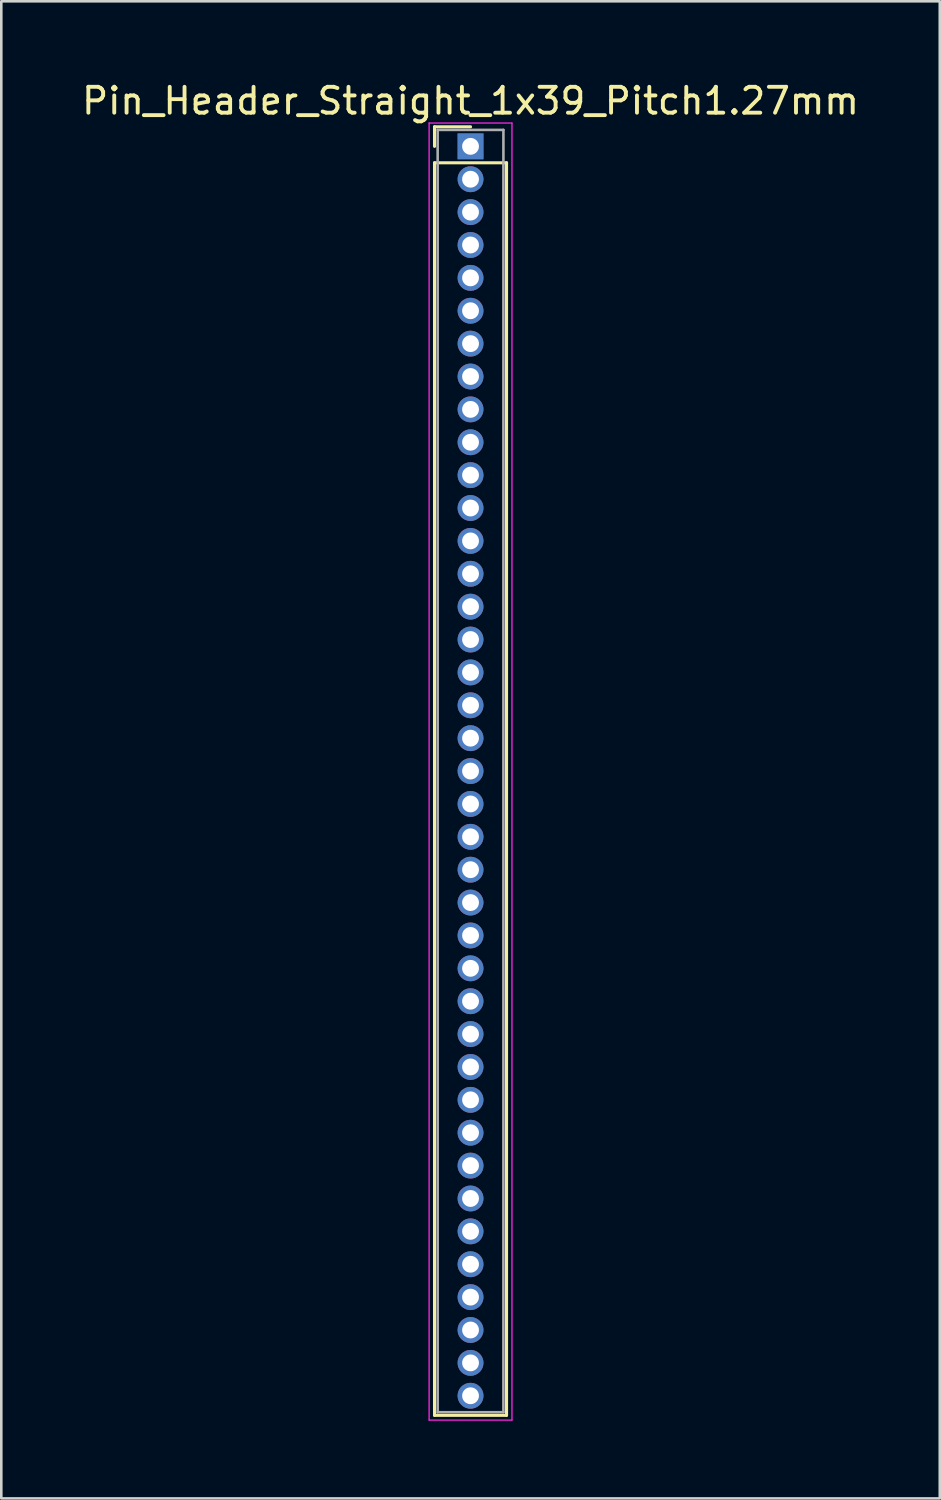
<source format=kicad_pcb>
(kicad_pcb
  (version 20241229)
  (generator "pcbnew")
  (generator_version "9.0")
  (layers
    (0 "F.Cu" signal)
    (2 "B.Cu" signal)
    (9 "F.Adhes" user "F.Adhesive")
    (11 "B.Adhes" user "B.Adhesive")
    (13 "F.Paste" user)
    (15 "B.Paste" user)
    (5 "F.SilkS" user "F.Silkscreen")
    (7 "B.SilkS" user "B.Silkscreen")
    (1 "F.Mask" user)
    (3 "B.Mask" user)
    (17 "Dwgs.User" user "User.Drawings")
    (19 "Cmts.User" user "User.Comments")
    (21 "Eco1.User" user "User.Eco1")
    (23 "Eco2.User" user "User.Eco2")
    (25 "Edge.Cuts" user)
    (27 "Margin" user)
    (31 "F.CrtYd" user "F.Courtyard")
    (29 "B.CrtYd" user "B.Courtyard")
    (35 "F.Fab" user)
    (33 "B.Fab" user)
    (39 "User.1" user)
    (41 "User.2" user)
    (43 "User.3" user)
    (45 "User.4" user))
  (footprint "Pin_Header_Straight_1x39_Pitch1.27mm"
    (layer "F.Cu")
    (at 15.125 2.603)
    (property "Reference" "Pin_Header_Straight_1x39_Pitch1.27mm" (at 0 -1.755 0) (layer "F.SilkS") (effects (font (size 1 1) (thickness 0.15))))
    (attr through_hole)
    (fp_line (start -1.39 -0.755) (end 0 -0.755) (stroke (width 0.12) (type solid)) (layer "F.SilkS"))
    (fp_line (start -1.39 0) (end -1.39 -0.755) (stroke (width 0.12) (type solid)) (layer "F.SilkS"))
    (fp_line (start -1.39 0.635) (end -1.39 49.015) (stroke (width 0.12) (type solid)) (layer "F.SilkS"))
    (fp_line (start -1.39 49.015) (end 1.39 49.015) (stroke (width 0.12) (type solid)) (layer "F.SilkS"))
    (fp_line (start 1.39 0.635) (end -1.39 0.635) (stroke (width 0.12) (type solid)) (layer "F.SilkS"))
    (fp_line (start 1.39 49.015) (end 1.39 0.635) (stroke (width 0.12) (type solid)) (layer "F.SilkS"))
    (fp_line (start -1.6 -0.9) (end -1.6 49.2) (stroke (width 0.05) (type solid)) (layer "F.CrtYd"))
    (fp_line (start -1.6 49.2) (end 1.6 49.2) (stroke (width 0.05) (type solid)) (layer "F.CrtYd"))
    (fp_line (start 1.6 -0.9) (end -1.6 -0.9) (stroke (width 0.05) (type solid)) (layer "F.CrtYd"))
    (fp_line (start 1.6 49.2) (end 1.6 -0.9) (stroke (width 0.05) (type solid)) (layer "F.CrtYd"))
    (fp_line (start -1.27 -0.635) (end -1.27 48.895) (stroke (width 0.1) (type solid)) (layer "F.Fab"))
    (fp_line (start -1.27 48.895) (end 1.27 48.895) (stroke (width 0.1) (type solid)) (layer "F.Fab"))
    (fp_line (start 1.27 -0.635) (end -1.27 -0.635) (stroke (width 0.1) (type solid)) (layer "F.Fab"))
    (fp_line (start 1.27 48.895) (end 1.27 -0.635) (stroke (width 0.1) (type solid)) (layer "F.Fab"))
    (pad "1" thru_hole rect (at 0 0) (size 1 1) (drill 0.65) (layers "*.Cu" "*.Mask"))
    (pad "2" thru_hole oval (at 0 1.27) (size 1 1) (drill 0.65) (layers "*.Cu" "*.Mask"))
    (pad "3" thru_hole oval (at 0 2.54) (size 1 1) (drill 0.65) (layers "*.Cu" "*.Mask"))
    (pad "4" thru_hole oval (at 0 3.81) (size 1 1) (drill 0.65) (layers "*.Cu" "*.Mask"))
    (pad "5" thru_hole oval (at 0 5.08) (size 1 1) (drill 0.65) (layers "*.Cu" "*.Mask"))
    (pad "6" thru_hole oval (at 0 6.35) (size 1 1) (drill 0.65) (layers "*.Cu" "*.Mask"))
    (pad "7" thru_hole oval (at 0 7.62) (size 1 1) (drill 0.65) (layers "*.Cu" "*.Mask"))
    (pad "8" thru_hole oval (at 0 8.89) (size 1 1) (drill 0.65) (layers "*.Cu" "*.Mask"))
    (pad "9" thru_hole oval (at 0 10.16) (size 1 1) (drill 0.65) (layers "*.Cu" "*.Mask"))
    (pad "10" thru_hole oval (at 0 11.43) (size 1 1) (drill 0.65) (layers "*.Cu" "*.Mask"))
    (pad "11" thru_hole oval (at 0 12.7) (size 1 1) (drill 0.65) (layers "*.Cu" "*.Mask"))
    (pad "12" thru_hole oval (at 0 13.97) (size 1 1) (drill 0.65) (layers "*.Cu" "*.Mask"))
    (pad "13" thru_hole oval (at 0 15.24) (size 1 1) (drill 0.65) (layers "*.Cu" "*.Mask"))
    (pad "14" thru_hole oval (at 0 16.51) (size 1 1) (drill 0.65) (layers "*.Cu" "*.Mask"))
    (pad "15" thru_hole oval (at 0 17.78) (size 1 1) (drill 0.65) (layers "*.Cu" "*.Mask"))
    (pad "16" thru_hole oval (at 0 19.05) (size 1 1) (drill 0.65) (layers "*.Cu" "*.Mask"))
    (pad "17" thru_hole oval (at 0 20.32) (size 1 1) (drill 0.65) (layers "*.Cu" "*.Mask"))
    (pad "18" thru_hole oval (at 0 21.59) (size 1 1) (drill 0.65) (layers "*.Cu" "*.Mask"))
    (pad "19" thru_hole oval (at 0 22.86) (size 1 1) (drill 0.65) (layers "*.Cu" "*.Mask"))
    (pad "20" thru_hole oval (at 0 24.13) (size 1 1) (drill 0.65) (layers "*.Cu" "*.Mask"))
    (pad "21" thru_hole oval (at 0 25.4) (size 1 1) (drill 0.65) (layers "*.Cu" "*.Mask"))
    (pad "22" thru_hole oval (at 0 26.67) (size 1 1) (drill 0.65) (layers "*.Cu" "*.Mask"))
    (pad "23" thru_hole oval (at 0 27.94) (size 1 1) (drill 0.65) (layers "*.Cu" "*.Mask"))
    (pad "24" thru_hole oval (at 0 29.21) (size 1 1) (drill 0.65) (layers "*.Cu" "*.Mask"))
    (pad "25" thru_hole oval (at 0 30.48) (size 1 1) (drill 0.65) (layers "*.Cu" "*.Mask"))
    (pad "26" thru_hole oval (at 0 31.75) (size 1 1) (drill 0.65) (layers "*.Cu" "*.Mask"))
    (pad "27" thru_hole oval (at 0 33.02) (size 1 1) (drill 0.65) (layers "*.Cu" "*.Mask"))
    (pad "28" thru_hole oval (at 0 34.29) (size 1 1) (drill 0.65) (layers "*.Cu" "*.Mask"))
    (pad "29" thru_hole oval (at 0 35.56) (size 1 1) (drill 0.65) (layers "*.Cu" "*.Mask"))
    (pad "30" thru_hole oval (at 0 36.83) (size 1 1) (drill 0.65) (layers "*.Cu" "*.Mask"))
    (pad "31" thru_hole oval (at 0 38.1) (size 1 1) (drill 0.65) (layers "*.Cu" "*.Mask"))
    (pad "32" thru_hole oval (at 0 39.37) (size 1 1) (drill 0.65) (layers "*.Cu" "*.Mask"))
    (pad "33" thru_hole oval (at 0 40.64) (size 1 1) (drill 0.65) (layers "*.Cu" "*.Mask"))
    (pad "34" thru_hole oval (at 0 41.91) (size 1 1) (drill 0.65) (layers "*.Cu" "*.Mask"))
    (pad "35" thru_hole oval (at 0 43.18) (size 1 1) (drill 0.65) (layers "*.Cu" "*.Mask"))
    (pad "36" thru_hole oval (at 0 44.45) (size 1 1) (drill 0.65) (layers "*.Cu" "*.Mask"))
    (pad "37" thru_hole oval (at 0 45.72) (size 1 1) (drill 0.65) (layers "*.Cu" "*.Mask"))
    (pad "38" thru_hole oval (at 0 46.99) (size 1 1) (drill 0.65) (layers "*.Cu" "*.Mask"))
    (pad "39" thru_hole oval (at 0 48.26) (size 1 1) (drill 0.65) (layers "*.Cu" "*.Mask")))
  (gr_rect
    (start -3 -3)
    (end 33.25 54.828)
    (stroke (width 0.1) (type default))
    (fill no)
    (layer "Edge.Cuts")))
</source>
